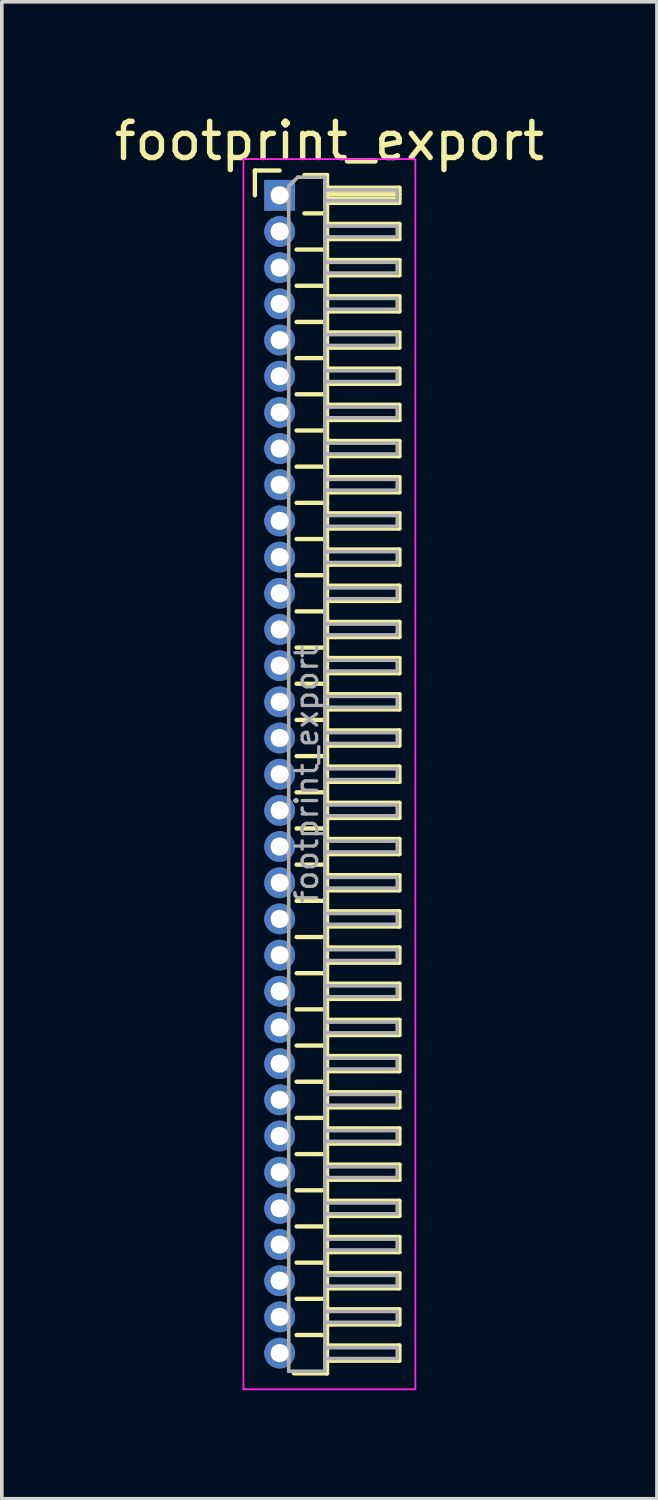
<source format=kicad_pcb>
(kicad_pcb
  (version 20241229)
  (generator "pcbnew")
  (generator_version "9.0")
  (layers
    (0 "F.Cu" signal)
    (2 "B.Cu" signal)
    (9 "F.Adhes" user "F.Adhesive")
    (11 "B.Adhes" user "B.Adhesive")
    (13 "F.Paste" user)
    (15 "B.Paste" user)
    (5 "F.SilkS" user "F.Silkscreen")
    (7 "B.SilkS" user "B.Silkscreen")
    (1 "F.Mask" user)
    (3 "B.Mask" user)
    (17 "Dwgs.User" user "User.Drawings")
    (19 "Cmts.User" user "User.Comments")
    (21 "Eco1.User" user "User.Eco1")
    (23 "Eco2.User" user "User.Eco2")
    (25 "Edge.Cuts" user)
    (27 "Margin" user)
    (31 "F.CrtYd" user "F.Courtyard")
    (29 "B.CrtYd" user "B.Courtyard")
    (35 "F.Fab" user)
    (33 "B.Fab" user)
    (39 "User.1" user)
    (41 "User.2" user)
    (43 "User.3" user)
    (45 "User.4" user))
  (footprint "footprint_export"
    (layer "F.Cu")
    (at 4.679 2.348)
    (property "Reference" "footprint_export" (at 1.375 -1.5 0) (layer "F.SilkS") (effects (font (size 1 1) (thickness 0.15))))
    (attr through_hole)
    (fp_line (start -0.685 -0.685) (end 0 -0.685) (stroke (width 0.12) (type solid)) (layer "F.SilkS"))
    (fp_line (start -0.685 0) (end -0.685 -0.685) (stroke (width 0.12) (type solid)) (layer "F.SilkS"))
    (fp_line (start 0.468 1.5) (end 1.31 1.5) (stroke (width 0.12) (type solid)) (layer "F.SilkS"))
    (fp_line (start 0.468 2.5) (end 1.31 2.5) (stroke (width 0.12) (type solid)) (layer "F.SilkS"))
    (fp_line (start 0.468 3.5) (end 1.31 3.5) (stroke (width 0.12) (type solid)) (layer "F.SilkS"))
    (fp_line (start 0.468 4.5) (end 1.31 4.5) (stroke (width 0.12) (type solid)) (layer "F.SilkS"))
    (fp_line (start 0.468 5.5) (end 1.31 5.5) (stroke (width 0.12) (type solid)) (layer "F.SilkS"))
    (fp_line (start 0.468 6.5) (end 1.31 6.5) (stroke (width 0.12) (type solid)) (layer "F.SilkS"))
    (fp_line (start 0.468 7.5) (end 1.31 7.5) (stroke (width 0.12) (type solid)) (layer "F.SilkS"))
    (fp_line (start 0.468 8.5) (end 1.31 8.5) (stroke (width 0.12) (type solid)) (layer "F.SilkS"))
    (fp_line (start 0.468 9.5) (end 1.31 9.5) (stroke (width 0.12) (type solid)) (layer "F.SilkS"))
    (fp_line (start 0.468 10.5) (end 1.31 10.5) (stroke (width 0.12) (type solid)) (layer "F.SilkS"))
    (fp_line (start 0.468 11.5) (end 1.31 11.5) (stroke (width 0.12) (type solid)) (layer "F.SilkS"))
    (fp_line (start 0.468 12.5) (end 1.31 12.5) (stroke (width 0.12) (type solid)) (layer "F.SilkS"))
    (fp_line (start 0.468 13.5) (end 1.31 13.5) (stroke (width 0.12) (type solid)) (layer "F.SilkS"))
    (fp_line (start 0.468 14.5) (end 1.31 14.5) (stroke (width 0.12) (type solid)) (layer "F.SilkS"))
    (fp_line (start 0.468 15.5) (end 1.31 15.5) (stroke (width 0.12) (type solid)) (layer "F.SilkS"))
    (fp_line (start 0.468 16.5) (end 1.31 16.5) (stroke (width 0.12) (type solid)) (layer "F.SilkS"))
    (fp_line (start 0.468 17.5) (end 1.31 17.5) (stroke (width 0.12) (type solid)) (layer "F.SilkS"))
    (fp_line (start 0.468 18.5) (end 1.31 18.5) (stroke (width 0.12) (type solid)) (layer "F.SilkS"))
    (fp_line (start 0.468 19.5) (end 1.31 19.5) (stroke (width 0.12) (type solid)) (layer "F.SilkS"))
    (fp_line (start 0.468 20.5) (end 1.31 20.5) (stroke (width 0.12) (type solid)) (layer "F.SilkS"))
    (fp_line (start 0.468 21.5) (end 1.31 21.5) (stroke (width 0.12) (type solid)) (layer "F.SilkS"))
    (fp_line (start 0.468 22.5) (end 1.31 22.5) (stroke (width 0.12) (type solid)) (layer "F.SilkS"))
    (fp_line (start 0.468 23.5) (end 1.31 23.5) (stroke (width 0.12) (type solid)) (layer "F.SilkS"))
    (fp_line (start 0.468 24.5) (end 1.31 24.5) (stroke (width 0.12) (type solid)) (layer "F.SilkS"))
    (fp_line (start 0.468 25.5) (end 1.31 25.5) (stroke (width 0.12) (type solid)) (layer "F.SilkS"))
    (fp_line (start 0.468 26.5) (end 1.31 26.5) (stroke (width 0.12) (type solid)) (layer "F.SilkS"))
    (fp_line (start 0.468 27.5) (end 1.31 27.5) (stroke (width 0.12) (type solid)) (layer "F.SilkS"))
    (fp_line (start 0.468 28.5) (end 1.31 28.5) (stroke (width 0.12) (type solid)) (layer "F.SilkS"))
    (fp_line (start 0.468 29.5) (end 1.31 29.5) (stroke (width 0.12) (type solid)) (layer "F.SilkS"))
    (fp_line (start 0.468 30.5) (end 1.31 30.5) (stroke (width 0.12) (type solid)) (layer "F.SilkS"))
    (fp_line (start 0.468 31.5) (end 1.31 31.5) (stroke (width 0.12) (type solid)) (layer "F.SilkS"))
    (fp_line (start 0.685 -0.56) (end 1.31 -0.56) (stroke (width 0.12) (type solid)) (layer "F.SilkS"))
    (fp_line (start 0.685 0.5) (end 1.31 0.5) (stroke (width 0.12) (type solid)) (layer "F.SilkS"))
    (fp_line (start 1.31 -0.56) (end 1.31 32.56) (stroke (width 0.12) (type solid)) (layer "F.SilkS"))
    (fp_line (start 1.31 -0.21) (end 3.31 -0.21) (stroke (width 0.12) (type solid)) (layer "F.SilkS"))
    (fp_line (start 1.31 -0.15) (end 3.31 -0.15) (stroke (width 0.12) (type solid)) (layer "F.SilkS"))
    (fp_line (start 1.31 -0.03) (end 3.31 -0.03) (stroke (width 0.12) (type solid)) (layer "F.SilkS"))
    (fp_line (start 1.31 0.09) (end 3.31 0.09) (stroke (width 0.12) (type solid)) (layer "F.SilkS"))
    (fp_line (start 1.31 0.79) (end 3.31 0.79) (stroke (width 0.12) (type solid)) (layer "F.SilkS"))
    (fp_line (start 1.31 1.79) (end 3.31 1.79) (stroke (width 0.12) (type solid)) (layer "F.SilkS"))
    (fp_line (start 1.31 2.79) (end 3.31 2.79) (stroke (width 0.12) (type solid)) (layer "F.SilkS"))
    (fp_line (start 1.31 3.79) (end 3.31 3.79) (stroke (width 0.12) (type solid)) (layer "F.SilkS"))
    (fp_line (start 1.31 4.79) (end 3.31 4.79) (stroke (width 0.12) (type solid)) (layer "F.SilkS"))
    (fp_line (start 1.31 5.79) (end 3.31 5.79) (stroke (width 0.12) (type solid)) (layer "F.SilkS"))
    (fp_line (start 1.31 6.79) (end 3.31 6.79) (stroke (width 0.12) (type solid)) (layer "F.SilkS"))
    (fp_line (start 1.31 7.79) (end 3.31 7.79) (stroke (width 0.12) (type solid)) (layer "F.SilkS"))
    (fp_line (start 1.31 8.79) (end 3.31 8.79) (stroke (width 0.12) (type solid)) (layer "F.SilkS"))
    (fp_line (start 1.31 9.79) (end 3.31 9.79) (stroke (width 0.12) (type solid)) (layer "F.SilkS"))
    (fp_line (start 1.31 10.79) (end 3.31 10.79) (stroke (width 0.12) (type solid)) (layer "F.SilkS"))
    (fp_line (start 1.31 11.79) (end 3.31 11.79) (stroke (width 0.12) (type solid)) (layer "F.SilkS"))
    (fp_line (start 1.31 12.79) (end 3.31 12.79) (stroke (width 0.12) (type solid)) (layer "F.SilkS"))
    (fp_line (start 1.31 13.79) (end 3.31 13.79) (stroke (width 0.12) (type solid)) (layer "F.SilkS"))
    (fp_line (start 1.31 14.79) (end 3.31 14.79) (stroke (width 0.12) (type solid)) (layer "F.SilkS"))
    (fp_line (start 1.31 15.79) (end 3.31 15.79) (stroke (width 0.12) (type solid)) (layer "F.SilkS"))
    (fp_line (start 1.31 16.79) (end 3.31 16.79) (stroke (width 0.12) (type solid)) (layer "F.SilkS"))
    (fp_line (start 1.31 17.79) (end 3.31 17.79) (stroke (width 0.12) (type solid)) (layer "F.SilkS"))
    (fp_line (start 1.31 18.79) (end 3.31 18.79) (stroke (width 0.12) (type solid)) (layer "F.SilkS"))
    (fp_line (start 1.31 19.79) (end 3.31 19.79) (stroke (width 0.12) (type solid)) (layer "F.SilkS"))
    (fp_line (start 1.31 20.79) (end 3.31 20.79) (stroke (width 0.12) (type solid)) (layer "F.SilkS"))
    (fp_line (start 1.31 21.79) (end 3.31 21.79) (stroke (width 0.12) (type solid)) (layer "F.SilkS"))
    (fp_line (start 1.31 22.79) (end 3.31 22.79) (stroke (width 0.12) (type solid)) (layer "F.SilkS"))
    (fp_line (start 1.31 23.79) (end 3.31 23.79) (stroke (width 0.12) (type solid)) (layer "F.SilkS"))
    (fp_line (start 1.31 24.79) (end 3.31 24.79) (stroke (width 0.12) (type solid)) (layer "F.SilkS"))
    (fp_line (start 1.31 25.79) (end 3.31 25.79) (stroke (width 0.12) (type solid)) (layer "F.SilkS"))
    (fp_line (start 1.31 26.79) (end 3.31 26.79) (stroke (width 0.12) (type solid)) (layer "F.SilkS"))
    (fp_line (start 1.31 27.79) (end 3.31 27.79) (stroke (width 0.12) (type solid)) (layer "F.SilkS"))
    (fp_line (start 1.31 28.79) (end 3.31 28.79) (stroke (width 0.12) (type solid)) (layer "F.SilkS"))
    (fp_line (start 1.31 29.79) (end 3.31 29.79) (stroke (width 0.12) (type solid)) (layer "F.SilkS"))
    (fp_line (start 1.31 30.79) (end 3.31 30.79) (stroke (width 0.12) (type solid)) (layer "F.SilkS"))
    (fp_line (start 1.31 31.79) (end 3.31 31.79) (stroke (width 0.12) (type solid)) (layer "F.SilkS"))
    (fp_line (start 1.31 32.56) (end 0.394 32.56) (stroke (width 0.12) (type solid)) (layer "F.SilkS"))
    (fp_line (start 3.31 -0.21) (end 3.31 0.21) (stroke (width 0.12) (type solid)) (layer "F.SilkS"))
    (fp_line (start 3.31 0.21) (end 1.31 0.21) (stroke (width 0.12) (type solid)) (layer "F.SilkS"))
    (fp_line (start 3.31 0.79) (end 3.31 1.21) (stroke (width 0.12) (type solid)) (layer "F.SilkS"))
    (fp_line (start 3.31 1.21) (end 1.31 1.21) (stroke (width 0.12) (type solid)) (layer "F.SilkS"))
    (fp_line (start 3.31 1.79) (end 3.31 2.21) (stroke (width 0.12) (type solid)) (layer "F.SilkS"))
    (fp_line (start 3.31 2.21) (end 1.31 2.21) (stroke (width 0.12) (type solid)) (layer "F.SilkS"))
    (fp_line (start 3.31 2.79) (end 3.31 3.21) (stroke (width 0.12) (type solid)) (layer "F.SilkS"))
    (fp_line (start 3.31 3.21) (end 1.31 3.21) (stroke (width 0.12) (type solid)) (layer "F.SilkS"))
    (fp_line (start 3.31 3.79) (end 3.31 4.21) (stroke (width 0.12) (type solid)) (layer "F.SilkS"))
    (fp_line (start 3.31 4.21) (end 1.31 4.21) (stroke (width 0.12) (type solid)) (layer "F.SilkS"))
    (fp_line (start 3.31 4.79) (end 3.31 5.21) (stroke (width 0.12) (type solid)) (layer "F.SilkS"))
    (fp_line (start 3.31 5.21) (end 1.31 5.21) (stroke (width 0.12) (type solid)) (layer "F.SilkS"))
    (fp_line (start 3.31 5.79) (end 3.31 6.21) (stroke (width 0.12) (type solid)) (layer "F.SilkS"))
    (fp_line (start 3.31 6.21) (end 1.31 6.21) (stroke (width 0.12) (type solid)) (layer "F.SilkS"))
    (fp_line (start 3.31 6.79) (end 3.31 7.21) (stroke (width 0.12) (type solid)) (layer "F.SilkS"))
    (fp_line (start 3.31 7.21) (end 1.31 7.21) (stroke (width 0.12) (type solid)) (layer "F.SilkS"))
    (fp_line (start 3.31 7.79) (end 3.31 8.21) (stroke (width 0.12) (type solid)) (layer "F.SilkS"))
    (fp_line (start 3.31 8.21) (end 1.31 8.21) (stroke (width 0.12) (type solid)) (layer "F.SilkS"))
    (fp_line (start 3.31 8.79) (end 3.31 9.21) (stroke (width 0.12) (type solid)) (layer "F.SilkS"))
    (fp_line (start 3.31 9.21) (end 1.31 9.21) (stroke (width 0.12) (type solid)) (layer "F.SilkS"))
    (fp_line (start 3.31 9.79) (end 3.31 10.21) (stroke (width 0.12) (type solid)) (layer "F.SilkS"))
    (fp_line (start 3.31 10.21) (end 1.31 10.21) (stroke (width 0.12) (type solid)) (layer "F.SilkS"))
    (fp_line (start 3.31 10.79) (end 3.31 11.21) (stroke (width 0.12) (type solid)) (layer "F.SilkS"))
    (fp_line (start 3.31 11.21) (end 1.31 11.21) (stroke (width 0.12) (type solid)) (layer "F.SilkS"))
    (fp_line (start 3.31 11.79) (end 3.31 12.21) (stroke (width 0.12) (type solid)) (layer "F.SilkS"))
    (fp_line (start 3.31 12.21) (end 1.31 12.21) (stroke (width 0.12) (type solid)) (layer "F.SilkS"))
    (fp_line (start 3.31 12.79) (end 3.31 13.21) (stroke (width 0.12) (type solid)) (layer "F.SilkS"))
    (fp_line (start 3.31 13.21) (end 1.31 13.21) (stroke (width 0.12) (type solid)) (layer "F.SilkS"))
    (fp_line (start 3.31 13.79) (end 3.31 14.21) (stroke (width 0.12) (type solid)) (layer "F.SilkS"))
    (fp_line (start 3.31 14.21) (end 1.31 14.21) (stroke (width 0.12) (type solid)) (layer "F.SilkS"))
    (fp_line (start 3.31 14.79) (end 3.31 15.21) (stroke (width 0.12) (type solid)) (layer "F.SilkS"))
    (fp_line (start 3.31 15.21) (end 1.31 15.21) (stroke (width 0.12) (type solid)) (layer "F.SilkS"))
    (fp_line (start 3.31 15.79) (end 3.31 16.21) (stroke (width 0.12) (type solid)) (layer "F.SilkS"))
    (fp_line (start 3.31 16.21) (end 1.31 16.21) (stroke (width 0.12) (type solid)) (layer "F.SilkS"))
    (fp_line (start 3.31 16.79) (end 3.31 17.21) (stroke (width 0.12) (type solid)) (layer "F.SilkS"))
    (fp_line (start 3.31 17.21) (end 1.31 17.21) (stroke (width 0.12) (type solid)) (layer "F.SilkS"))
    (fp_line (start 3.31 17.79) (end 3.31 18.21) (stroke (width 0.12) (type solid)) (layer "F.SilkS"))
    (fp_line (start 3.31 18.21) (end 1.31 18.21) (stroke (width 0.12) (type solid)) (layer "F.SilkS"))
    (fp_line (start 3.31 18.79) (end 3.31 19.21) (stroke (width 0.12) (type solid)) (layer "F.SilkS"))
    (fp_line (start 3.31 19.21) (end 1.31 19.21) (stroke (width 0.12) (type solid)) (layer "F.SilkS"))
    (fp_line (start 3.31 19.79) (end 3.31 20.21) (stroke (width 0.12) (type solid)) (layer "F.SilkS"))
    (fp_line (start 3.31 20.21) (end 1.31 20.21) (stroke (width 0.12) (type solid)) (layer "F.SilkS"))
    (fp_line (start 3.31 20.79) (end 3.31 21.21) (stroke (width 0.12) (type solid)) (layer "F.SilkS"))
    (fp_line (start 3.31 21.21) (end 1.31 21.21) (stroke (width 0.12) (type solid)) (layer "F.SilkS"))
    (fp_line (start 3.31 21.79) (end 3.31 22.21) (stroke (width 0.12) (type solid)) (layer "F.SilkS"))
    (fp_line (start 3.31 22.21) (end 1.31 22.21) (stroke (width 0.12) (type solid)) (layer "F.SilkS"))
    (fp_line (start 3.31 22.79) (end 3.31 23.21) (stroke (width 0.12) (type solid)) (layer "F.SilkS"))
    (fp_line (start 3.31 23.21) (end 1.31 23.21) (stroke (width 0.12) (type solid)) (layer "F.SilkS"))
    (fp_line (start 3.31 23.79) (end 3.31 24.21) (stroke (width 0.12) (type solid)) (layer "F.SilkS"))
    (fp_line (start 3.31 24.21) (end 1.31 24.21) (stroke (width 0.12) (type solid)) (layer "F.SilkS"))
    (fp_line (start 3.31 24.79) (end 3.31 25.21) (stroke (width 0.12) (type solid)) (layer "F.SilkS"))
    (fp_line (start 3.31 25.21) (end 1.31 25.21) (stroke (width 0.12) (type solid)) (layer "F.SilkS"))
    (fp_line (start 3.31 25.79) (end 3.31 26.21) (stroke (width 0.12) (type solid)) (layer "F.SilkS"))
    (fp_line (start 3.31 26.21) (end 1.31 26.21) (stroke (width 0.12) (type solid)) (layer "F.SilkS"))
    (fp_line (start 3.31 26.79) (end 3.31 27.21) (stroke (width 0.12) (type solid)) (layer "F.SilkS"))
    (fp_line (start 3.31 27.21) (end 1.31 27.21) (stroke (width 0.12) (type solid)) (layer "F.SilkS"))
    (fp_line (start 3.31 27.79) (end 3.31 28.21) (stroke (width 0.12) (type solid)) (layer "F.SilkS"))
    (fp_line (start 3.31 28.21) (end 1.31 28.21) (stroke (width 0.12) (type solid)) (layer "F.SilkS"))
    (fp_line (start 3.31 28.79) (end 3.31 29.21) (stroke (width 0.12) (type solid)) (layer "F.SilkS"))
    (fp_line (start 3.31 29.21) (end 1.31 29.21) (stroke (width 0.12) (type solid)) (layer "F.SilkS"))
    (fp_line (start 3.31 29.79) (end 3.31 30.21) (stroke (width 0.12) (type solid)) (layer "F.SilkS"))
    (fp_line (start 3.31 30.21) (end 1.31 30.21) (stroke (width 0.12) (type solid)) (layer "F.SilkS"))
    (fp_line (start 3.31 30.79) (end 3.31 31.21) (stroke (width 0.12) (type solid)) (layer "F.SilkS"))
    (fp_line (start 3.31 31.21) (end 1.31 31.21) (stroke (width 0.12) (type solid)) (layer "F.SilkS"))
    (fp_line (start 3.31 31.79) (end 3.31 32.21) (stroke (width 0.12) (type solid)) (layer "F.SilkS"))
    (fp_line (start 3.31 32.21) (end 1.31 32.21) (stroke (width 0.12) (type solid)) (layer "F.SilkS"))
    (fp_line (start -1 -1) (end -1 33) (stroke (width 0.05) (type solid)) (layer "F.CrtYd"))
    (fp_line (start -1 33) (end 3.75 33) (stroke (width 0.05) (type solid)) (layer "F.CrtYd"))
    (fp_line (start 3.75 -1) (end -1 -1) (stroke (width 0.05) (type solid)) (layer "F.CrtYd"))
    (fp_line (start 3.75 33) (end 3.75 -1) (stroke (width 0.05) (type solid)) (layer "F.CrtYd"))
    (fp_line (start -0.15 -0.15) (end -0.15 0.15) (stroke (width 0.1) (type solid)) (layer "F.Fab"))
    (fp_line (start -0.15 -0.15) (end 0.25 -0.15) (stroke (width 0.1) (type solid)) (layer "F.Fab"))
    (fp_line (start -0.15 0.15) (end 0.25 0.15) (stroke (width 0.1) (type solid)) (layer "F.Fab"))
    (fp_line (start -0.15 0.85) (end -0.15 1.15) (stroke (width 0.1) (type solid)) (layer "F.Fab"))
    (fp_line (start -0.15 0.85) (end 0.25 0.85) (stroke (width 0.1) (type solid)) (layer "F.Fab"))
    (fp_line (start -0.15 1.15) (end 0.25 1.15) (stroke (width 0.1) (type solid)) (layer "F.Fab"))
    (fp_line (start -0.15 1.85) (end -0.15 2.15) (stroke (width 0.1) (type solid)) (layer "F.Fab"))
    (fp_line (start -0.15 1.85) (end 0.25 1.85) (stroke (width 0.1) (type solid)) (layer "F.Fab"))
    (fp_line (start -0.15 2.15) (end 0.25 2.15) (stroke (width 0.1) (type solid)) (layer "F.Fab"))
    (fp_line (start -0.15 2.85) (end -0.15 3.15) (stroke (width 0.1) (type solid)) (layer "F.Fab"))
    (fp_line (start -0.15 2.85) (end 0.25 2.85) (stroke (width 0.1) (type solid)) (layer "F.Fab"))
    (fp_line (start -0.15 3.15) (end 0.25 3.15) (stroke (width 0.1) (type solid)) (layer "F.Fab"))
    (fp_line (start -0.15 3.85) (end -0.15 4.15) (stroke (width 0.1) (type solid)) (layer "F.Fab"))
    (fp_line (start -0.15 3.85) (end 0.25 3.85) (stroke (width 0.1) (type solid)) (layer "F.Fab"))
    (fp_line (start -0.15 4.15) (end 0.25 4.15) (stroke (width 0.1) (type solid)) (layer "F.Fab"))
    (fp_line (start -0.15 4.85) (end -0.15 5.15) (stroke (width 0.1) (type solid)) (layer "F.Fab"))
    (fp_line (start -0.15 4.85) (end 0.25 4.85) (stroke (width 0.1) (type solid)) (layer "F.Fab"))
    (fp_line (start -0.15 5.15) (end 0.25 5.15) (stroke (width 0.1) (type solid)) (layer "F.Fab"))
    (fp_line (start -0.15 5.85) (end -0.15 6.15) (stroke (width 0.1) (type solid)) (layer "F.Fab"))
    (fp_line (start -0.15 5.85) (end 0.25 5.85) (stroke (width 0.1) (type solid)) (layer "F.Fab"))
    (fp_line (start -0.15 6.15) (end 0.25 6.15) (stroke (width 0.1) (type solid)) (layer "F.Fab"))
    (fp_line (start -0.15 6.85) (end -0.15 7.15) (stroke (width 0.1) (type solid)) (layer "F.Fab"))
    (fp_line (start -0.15 6.85) (end 0.25 6.85) (stroke (width 0.1) (type solid)) (layer "F.Fab"))
    (fp_line (start -0.15 7.15) (end 0.25 7.15) (stroke (width 0.1) (type solid)) (layer "F.Fab"))
    (fp_line (start -0.15 7.85) (end -0.15 8.15) (stroke (width 0.1) (type solid)) (layer "F.Fab"))
    (fp_line (start -0.15 7.85) (end 0.25 7.85) (stroke (width 0.1) (type solid)) (layer "F.Fab"))
    (fp_line (start -0.15 8.15) (end 0.25 8.15) (stroke (width 0.1) (type solid)) (layer "F.Fab"))
    (fp_line (start -0.15 8.85) (end -0.15 9.15) (stroke (width 0.1) (type solid)) (layer "F.Fab"))
    (fp_line (start -0.15 8.85) (end 0.25 8.85) (stroke (width 0.1) (type solid)) (layer "F.Fab"))
    (fp_line (start -0.15 9.15) (end 0.25 9.15) (stroke (width 0.1) (type solid)) (layer "F.Fab"))
    (fp_line (start -0.15 9.85) (end -0.15 10.15) (stroke (width 0.1) (type solid)) (layer "F.Fab"))
    (fp_line (start -0.15 9.85) (end 0.25 9.85) (stroke (width 0.1) (type solid)) (layer "F.Fab"))
    (fp_line (start -0.15 10.15) (end 0.25 10.15) (stroke (width 0.1) (type solid)) (layer "F.Fab"))
    (fp_line (start -0.15 10.85) (end -0.15 11.15) (stroke (width 0.1) (type solid)) (layer "F.Fab"))
    (fp_line (start -0.15 10.85) (end 0.25 10.85) (stroke (width 0.1) (type solid)) (layer "F.Fab"))
    (fp_line (start -0.15 11.15) (end 0.25 11.15) (stroke (width 0.1) (type solid)) (layer "F.Fab"))
    (fp_line (start -0.15 11.85) (end -0.15 12.15) (stroke (width 0.1) (type solid)) (layer "F.Fab"))
    (fp_line (start -0.15 11.85) (end 0.25 11.85) (stroke (width 0.1) (type solid)) (layer "F.Fab"))
    (fp_line (start -0.15 12.15) (end 0.25 12.15) (stroke (width 0.1) (type solid)) (layer "F.Fab"))
    (fp_line (start -0.15 12.85) (end -0.15 13.15) (stroke (width 0.1) (type solid)) (layer "F.Fab"))
    (fp_line (start -0.15 12.85) (end 0.25 12.85) (stroke (width 0.1) (type solid)) (layer "F.Fab"))
    (fp_line (start -0.15 13.15) (end 0.25 13.15) (stroke (width 0.1) (type solid)) (layer "F.Fab"))
    (fp_line (start -0.15 13.85) (end -0.15 14.15) (stroke (width 0.1) (type solid)) (layer "F.Fab"))
    (fp_line (start -0.15 13.85) (end 0.25 13.85) (stroke (width 0.1) (type solid)) (layer "F.Fab"))
    (fp_line (start -0.15 14.15) (end 0.25 14.15) (stroke (width 0.1) (type solid)) (layer "F.Fab"))
    (fp_line (start -0.15 14.85) (end -0.15 15.15) (stroke (width 0.1) (type solid)) (layer "F.Fab"))
    (fp_line (start -0.15 14.85) (end 0.25 14.85) (stroke (width 0.1) (type solid)) (layer "F.Fab"))
    (fp_line (start -0.15 15.15) (end 0.25 15.15) (stroke (width 0.1) (type solid)) (layer "F.Fab"))
    (fp_line (start -0.15 15.85) (end -0.15 16.15) (stroke (width 0.1) (type solid)) (layer "F.Fab"))
    (fp_line (start -0.15 15.85) (end 0.25 15.85) (stroke (width 0.1) (type solid)) (layer "F.Fab"))
    (fp_line (start -0.15 16.15) (end 0.25 16.15) (stroke (width 0.1) (type solid)) (layer "F.Fab"))
    (fp_line (start -0.15 16.85) (end -0.15 17.15) (stroke (width 0.1) (type solid)) (layer "F.Fab"))
    (fp_line (start -0.15 16.85) (end 0.25 16.85) (stroke (width 0.1) (type solid)) (layer "F.Fab"))
    (fp_line (start -0.15 17.15) (end 0.25 17.15) (stroke (width 0.1) (type solid)) (layer "F.Fab"))
    (fp_line (start -0.15 17.85) (end -0.15 18.15) (stroke (width 0.1) (type solid)) (layer "F.Fab"))
    (fp_line (start -0.15 17.85) (end 0.25 17.85) (stroke (width 0.1) (type solid)) (layer "F.Fab"))
    (fp_line (start -0.15 18.15) (end 0.25 18.15) (stroke (width 0.1) (type solid)) (layer "F.Fab"))
    (fp_line (start -0.15 18.85) (end -0.15 19.15) (stroke (width 0.1) (type solid)) (layer "F.Fab"))
    (fp_line (start -0.15 18.85) (end 0.25 18.85) (stroke (width 0.1) (type solid)) (layer "F.Fab"))
    (fp_line (start -0.15 19.15) (end 0.25 19.15) (stroke (width 0.1) (type solid)) (layer "F.Fab"))
    (fp_line (start -0.15 19.85) (end -0.15 20.15) (stroke (width 0.1) (type solid)) (layer "F.Fab"))
    (fp_line (start -0.15 19.85) (end 0.25 19.85) (stroke (width 0.1) (type solid)) (layer "F.Fab"))
    (fp_line (start -0.15 20.15) (end 0.25 20.15) (stroke (width 0.1) (type solid)) (layer "F.Fab"))
    (fp_line (start -0.15 20.85) (end -0.15 21.15) (stroke (width 0.1) (type solid)) (layer "F.Fab"))
    (fp_line (start -0.15 20.85) (end 0.25 20.85) (stroke (width 0.1) (type solid)) (layer "F.Fab"))
    (fp_line (start -0.15 21.15) (end 0.25 21.15) (stroke (width 0.1) (type solid)) (layer "F.Fab"))
    (fp_line (start -0.15 21.85) (end -0.15 22.15) (stroke (width 0.1) (type solid)) (layer "F.Fab"))
    (fp_line (start -0.15 21.85) (end 0.25 21.85) (stroke (width 0.1) (type solid)) (layer "F.Fab"))
    (fp_line (start -0.15 22.15) (end 0.25 22.15) (stroke (width 0.1) (type solid)) (layer "F.Fab"))
    (fp_line (start -0.15 22.85) (end -0.15 23.15) (stroke (width 0.1) (type solid)) (layer "F.Fab"))
    (fp_line (start -0.15 22.85) (end 0.25 22.85) (stroke (width 0.1) (type solid)) (layer "F.Fab"))
    (fp_line (start -0.15 23.15) (end 0.25 23.15) (stroke (width 0.1) (type solid)) (layer "F.Fab"))
    (fp_line (start -0.15 23.85) (end -0.15 24.15) (stroke (width 0.1) (type solid)) (layer "F.Fab"))
    (fp_line (start -0.15 23.85) (end 0.25 23.85) (stroke (width 0.1) (type solid)) (layer "F.Fab"))
    (fp_line (start -0.15 24.15) (end 0.25 24.15) (stroke (width 0.1) (type solid)) (layer "F.Fab"))
    (fp_line (start -0.15 24.85) (end -0.15 25.15) (stroke (width 0.1) (type solid)) (layer "F.Fab"))
    (fp_line (start -0.15 24.85) (end 0.25 24.85) (stroke (width 0.1) (type solid)) (layer "F.Fab"))
    (fp_line (start -0.15 25.15) (end 0.25 25.15) (stroke (width 0.1) (type solid)) (layer "F.Fab"))
    (fp_line (start -0.15 25.85) (end -0.15 26.15) (stroke (width 0.1) (type solid)) (layer "F.Fab"))
    (fp_line (start -0.15 25.85) (end 0.25 25.85) (stroke (width 0.1) (type solid)) (layer "F.Fab"))
    (fp_line (start -0.15 26.15) (end 0.25 26.15) (stroke (width 0.1) (type solid)) (layer "F.Fab"))
    (fp_line (start -0.15 26.85) (end -0.15 27.15) (stroke (width 0.1) (type solid)) (layer "F.Fab"))
    (fp_line (start -0.15 26.85) (end 0.25 26.85) (stroke (width 0.1) (type solid)) (layer "F.Fab"))
    (fp_line (start -0.15 27.15) (end 0.25 27.15) (stroke (width 0.1) (type solid)) (layer "F.Fab"))
    (fp_line (start -0.15 27.85) (end -0.15 28.15) (stroke (width 0.1) (type solid)) (layer "F.Fab"))
    (fp_line (start -0.15 27.85) (end 0.25 27.85) (stroke (width 0.1) (type solid)) (layer "F.Fab"))
    (fp_line (start -0.15 28.15) (end 0.25 28.15) (stroke (width 0.1) (type solid)) (layer "F.Fab"))
    (fp_line (start -0.15 28.85) (end -0.15 29.15) (stroke (width 0.1) (type solid)) (layer "F.Fab"))
    (fp_line (start -0.15 28.85) (end 0.25 28.85) (stroke (width 0.1) (type solid)) (layer "F.Fab"))
    (fp_line (start -0.15 29.15) (end 0.25 29.15) (stroke (width 0.1) (type solid)) (layer "F.Fab"))
    (fp_line (start -0.15 29.85) (end -0.15 30.15) (stroke (width 0.1) (type solid)) (layer "F.Fab"))
    (fp_line (start -0.15 29.85) (end 0.25 29.85) (stroke (width 0.1) (type solid)) (layer "F.Fab"))
    (fp_line (start -0.15 30.15) (end 0.25 30.15) (stroke (width 0.1) (type solid)) (layer "F.Fab"))
    (fp_line (start -0.15 30.85) (end -0.15 31.15) (stroke (width 0.1) (type solid)) (layer "F.Fab"))
    (fp_line (start -0.15 30.85) (end 0.25 30.85) (stroke (width 0.1) (type solid)) (layer "F.Fab"))
    (fp_line (start -0.15 31.15) (end 0.25 31.15) (stroke (width 0.1) (type solid)) (layer "F.Fab"))
    (fp_line (start -0.15 31.85) (end -0.15 32.15) (stroke (width 0.1) (type solid)) (layer "F.Fab"))
    (fp_line (start -0.15 31.85) (end 0.25 31.85) (stroke (width 0.1) (type solid)) (layer "F.Fab"))
    (fp_line (start -0.15 32.15) (end 0.25 32.15) (stroke (width 0.1) (type solid)) (layer "F.Fab"))
    (fp_line (start 0.25 -0.25) (end 0.5 -0.5) (stroke (width 0.1) (type solid)) (layer "F.Fab"))
    (fp_line (start 0.25 32.5) (end 0.25 -0.25) (stroke (width 0.1) (type solid)) (layer "F.Fab"))
    (fp_line (start 0.5 -0.5) (end 1.25 -0.5) (stroke (width 0.1) (type solid)) (layer "F.Fab"))
    (fp_line (start 1.25 -0.5) (end 1.25 32.5) (stroke (width 0.1) (type solid)) (layer "F.Fab"))
    (fp_line (start 1.25 -0.15) (end 3.25 -0.15) (stroke (width 0.1) (type solid)) (layer "F.Fab"))
    (fp_line (start 1.25 0.15) (end 3.25 0.15) (stroke (width 0.1) (type solid)) (layer "F.Fab"))
    (fp_line (start 1.25 0.85) (end 3.25 0.85) (stroke (width 0.1) (type solid)) (layer "F.Fab"))
    (fp_line (start 1.25 1.15) (end 3.25 1.15) (stroke (width 0.1) (type solid)) (layer "F.Fab"))
    (fp_line (start 1.25 1.85) (end 3.25 1.85) (stroke (width 0.1) (type solid)) (layer "F.Fab"))
    (fp_line (start 1.25 2.15) (end 3.25 2.15) (stroke (width 0.1) (type solid)) (layer "F.Fab"))
    (fp_line (start 1.25 2.85) (end 3.25 2.85) (stroke (width 0.1) (type solid)) (layer "F.Fab"))
    (fp_line (start 1.25 3.15) (end 3.25 3.15) (stroke (width 0.1) (type solid)) (layer "F.Fab"))
    (fp_line (start 1.25 3.85) (end 3.25 3.85) (stroke (width 0.1) (type solid)) (layer "F.Fab"))
    (fp_line (start 1.25 4.15) (end 3.25 4.15) (stroke (width 0.1) (type solid)) (layer "F.Fab"))
    (fp_line (start 1.25 4.85) (end 3.25 4.85) (stroke (width 0.1) (type solid)) (layer "F.Fab"))
    (fp_line (start 1.25 5.15) (end 3.25 5.15) (stroke (width 0.1) (type solid)) (layer "F.Fab"))
    (fp_line (start 1.25 5.85) (end 3.25 5.85) (stroke (width 0.1) (type solid)) (layer "F.Fab"))
    (fp_line (start 1.25 6.15) (end 3.25 6.15) (stroke (width 0.1) (type solid)) (layer "F.Fab"))
    (fp_line (start 1.25 6.85) (end 3.25 6.85) (stroke (width 0.1) (type solid)) (layer "F.Fab"))
    (fp_line (start 1.25 7.15) (end 3.25 7.15) (stroke (width 0.1) (type solid)) (layer "F.Fab"))
    (fp_line (start 1.25 7.85) (end 3.25 7.85) (stroke (width 0.1) (type solid)) (layer "F.Fab"))
    (fp_line (start 1.25 8.15) (end 3.25 8.15) (stroke (width 0.1) (type solid)) (layer "F.Fab"))
    (fp_line (start 1.25 8.85) (end 3.25 8.85) (stroke (width 0.1) (type solid)) (layer "F.Fab"))
    (fp_line (start 1.25 9.15) (end 3.25 9.15) (stroke (width 0.1) (type solid)) (layer "F.Fab"))
    (fp_line (start 1.25 9.85) (end 3.25 9.85) (stroke (width 0.1) (type solid)) (layer "F.Fab"))
    (fp_line (start 1.25 10.15) (end 3.25 10.15) (stroke (width 0.1) (type solid)) (layer "F.Fab"))
    (fp_line (start 1.25 10.85) (end 3.25 10.85) (stroke (width 0.1) (type solid)) (layer "F.Fab"))
    (fp_line (start 1.25 11.15) (end 3.25 11.15) (stroke (width 0.1) (type solid)) (layer "F.Fab"))
    (fp_line (start 1.25 11.85) (end 3.25 11.85) (stroke (width 0.1) (type solid)) (layer "F.Fab"))
    (fp_line (start 1.25 12.15) (end 3.25 12.15) (stroke (width 0.1) (type solid)) (layer "F.Fab"))
    (fp_line (start 1.25 12.85) (end 3.25 12.85) (stroke (width 0.1) (type solid)) (layer "F.Fab"))
    (fp_line (start 1.25 13.15) (end 3.25 13.15) (stroke (width 0.1) (type solid)) (layer "F.Fab"))
    (fp_line (start 1.25 13.85) (end 3.25 13.85) (stroke (width 0.1) (type solid)) (layer "F.Fab"))
    (fp_line (start 1.25 14.15) (end 3.25 14.15) (stroke (width 0.1) (type solid)) (layer "F.Fab"))
    (fp_line (start 1.25 14.85) (end 3.25 14.85) (stroke (width 0.1) (type solid)) (layer "F.Fab"))
    (fp_line (start 1.25 15.15) (end 3.25 15.15) (stroke (width 0.1) (type solid)) (layer "F.Fab"))
    (fp_line (start 1.25 15.85) (end 3.25 15.85) (stroke (width 0.1) (type solid)) (layer "F.Fab"))
    (fp_line (start 1.25 16.15) (end 3.25 16.15) (stroke (width 0.1) (type solid)) (layer "F.Fab"))
    (fp_line (start 1.25 16.85) (end 3.25 16.85) (stroke (width 0.1) (type solid)) (layer "F.Fab"))
    (fp_line (start 1.25 17.15) (end 3.25 17.15) (stroke (width 0.1) (type solid)) (layer "F.Fab"))
    (fp_line (start 1.25 17.85) (end 3.25 17.85) (stroke (width 0.1) (type solid)) (layer "F.Fab"))
    (fp_line (start 1.25 18.15) (end 3.25 18.15) (stroke (width 0.1) (type solid)) (layer "F.Fab"))
    (fp_line (start 1.25 18.85) (end 3.25 18.85) (stroke (width 0.1) (type solid)) (layer "F.Fab"))
    (fp_line (start 1.25 19.15) (end 3.25 19.15) (stroke (width 0.1) (type solid)) (layer "F.Fab"))
    (fp_line (start 1.25 19.85) (end 3.25 19.85) (stroke (width 0.1) (type solid)) (layer "F.Fab"))
    (fp_line (start 1.25 20.15) (end 3.25 20.15) (stroke (width 0.1) (type solid)) (layer "F.Fab"))
    (fp_line (start 1.25 20.85) (end 3.25 20.85) (stroke (width 0.1) (type solid)) (layer "F.Fab"))
    (fp_line (start 1.25 21.15) (end 3.25 21.15) (stroke (width 0.1) (type solid)) (layer "F.Fab"))
    (fp_line (start 1.25 21.85) (end 3.25 21.85) (stroke (width 0.1) (type solid)) (layer "F.Fab"))
    (fp_line (start 1.25 22.15) (end 3.25 22.15) (stroke (width 0.1) (type solid)) (layer "F.Fab"))
    (fp_line (start 1.25 22.85) (end 3.25 22.85) (stroke (width 0.1) (type solid)) (layer "F.Fab"))
    (fp_line (start 1.25 23.15) (end 3.25 23.15) (stroke (width 0.1) (type solid)) (layer "F.Fab"))
    (fp_line (start 1.25 23.85) (end 3.25 23.85) (stroke (width 0.1) (type solid)) (layer "F.Fab"))
    (fp_line (start 1.25 24.15) (end 3.25 24.15) (stroke (width 0.1) (type solid)) (layer "F.Fab"))
    (fp_line (start 1.25 24.85) (end 3.25 24.85) (stroke (width 0.1) (type solid)) (layer "F.Fab"))
    (fp_line (start 1.25 25.15) (end 3.25 25.15) (stroke (width 0.1) (type solid)) (layer "F.Fab"))
    (fp_line (start 1.25 25.85) (end 3.25 25.85) (stroke (width 0.1) (type solid)) (layer "F.Fab"))
    (fp_line (start 1.25 26.15) (end 3.25 26.15) (stroke (width 0.1) (type solid)) (layer "F.Fab"))
    (fp_line (start 1.25 26.85) (end 3.25 26.85) (stroke (width 0.1) (type solid)) (layer "F.Fab"))
    (fp_line (start 1.25 27.15) (end 3.25 27.15) (stroke (width 0.1) (type solid)) (layer "F.Fab"))
    (fp_line (start 1.25 27.85) (end 3.25 27.85) (stroke (width 0.1) (type solid)) (layer "F.Fab"))
    (fp_line (start 1.25 28.15) (end 3.25 28.15) (stroke (width 0.1) (type solid)) (layer "F.Fab"))
    (fp_line (start 1.25 28.85) (end 3.25 28.85) (stroke (width 0.1) (type solid)) (layer "F.Fab"))
    (fp_line (start 1.25 29.15) (end 3.25 29.15) (stroke (width 0.1) (type solid)) (layer "F.Fab"))
    (fp_line (start 1.25 29.85) (end 3.25 29.85) (stroke (width 0.1) (type solid)) (layer "F.Fab"))
    (fp_line (start 1.25 30.15) (end 3.25 30.15) (stroke (width 0.1) (type solid)) (layer "F.Fab"))
    (fp_line (start 1.25 30.85) (end 3.25 30.85) (stroke (width 0.1) (type solid)) (layer "F.Fab"))
    (fp_line (start 1.25 31.15) (end 3.25 31.15) (stroke (width 0.1) (type solid)) (layer "F.Fab"))
    (fp_line (start 1.25 31.85) (end 3.25 31.85) (stroke (width 0.1) (type solid)) (layer "F.Fab"))
    (fp_line (start 1.25 32.15) (end 3.25 32.15) (stroke (width 0.1) (type solid)) (layer "F.Fab"))
    (fp_line (start 1.25 32.5) (end 0.25 32.5) (stroke (width 0.1) (type solid)) (layer "F.Fab"))
    (fp_line (start 3.25 -0.15) (end 3.25 0.15) (stroke (width 0.1) (type solid)) (layer "F.Fab"))
    (fp_line (start 3.25 0.85) (end 3.25 1.15) (stroke (width 0.1) (type solid)) (layer "F.Fab"))
    (fp_line (start 3.25 1.85) (end 3.25 2.15) (stroke (width 0.1) (type solid)) (layer "F.Fab"))
    (fp_line (start 3.25 2.85) (end 3.25 3.15) (stroke (width 0.1) (type solid)) (layer "F.Fab"))
    (fp_line (start 3.25 3.85) (end 3.25 4.15) (stroke (width 0.1) (type solid)) (layer "F.Fab"))
    (fp_line (start 3.25 4.85) (end 3.25 5.15) (stroke (width 0.1) (type solid)) (layer "F.Fab"))
    (fp_line (start 3.25 5.85) (end 3.25 6.15) (stroke (width 0.1) (type solid)) (layer "F.Fab"))
    (fp_line (start 3.25 6.85) (end 3.25 7.15) (stroke (width 0.1) (type solid)) (layer "F.Fab"))
    (fp_line (start 3.25 7.85) (end 3.25 8.15) (stroke (width 0.1) (type solid)) (layer "F.Fab"))
    (fp_line (start 3.25 8.85) (end 3.25 9.15) (stroke (width 0.1) (type solid)) (layer "F.Fab"))
    (fp_line (start 3.25 9.85) (end 3.25 10.15) (stroke (width 0.1) (type solid)) (layer "F.Fab"))
    (fp_line (start 3.25 10.85) (end 3.25 11.15) (stroke (width 0.1) (type solid)) (layer "F.Fab"))
    (fp_line (start 3.25 11.85) (end 3.25 12.15) (stroke (width 0.1) (type solid)) (layer "F.Fab"))
    (fp_line (start 3.25 12.85) (end 3.25 13.15) (stroke (width 0.1) (type solid)) (layer "F.Fab"))
    (fp_line (start 3.25 13.85) (end 3.25 14.15) (stroke (width 0.1) (type solid)) (layer "F.Fab"))
    (fp_line (start 3.25 14.85) (end 3.25 15.15) (stroke (width 0.1) (type solid)) (layer "F.Fab"))
    (fp_line (start 3.25 15.85) (end 3.25 16.15) (stroke (width 0.1) (type solid)) (layer "F.Fab"))
    (fp_line (start 3.25 16.85) (end 3.25 17.15) (stroke (width 0.1) (type solid)) (layer "F.Fab"))
    (fp_line (start 3.25 17.85) (end 3.25 18.15) (stroke (width 0.1) (type solid)) (layer "F.Fab"))
    (fp_line (start 3.25 18.85) (end 3.25 19.15) (stroke (width 0.1) (type solid)) (layer "F.Fab"))
    (fp_line (start 3.25 19.85) (end 3.25 20.15) (stroke (width 0.1) (type solid)) (layer "F.Fab"))
    (fp_line (start 3.25 20.85) (end 3.25 21.15) (stroke (width 0.1) (type solid)) (layer "F.Fab"))
    (fp_line (start 3.25 21.85) (end 3.25 22.15) (stroke (width 0.1) (type solid)) (layer "F.Fab"))
    (fp_line (start 3.25 22.85) (end 3.25 23.15) (stroke (width 0.1) (type solid)) (layer "F.Fab"))
    (fp_line (start 3.25 23.85) (end 3.25 24.15) (stroke (width 0.1) (type solid)) (layer "F.Fab"))
    (fp_line (start 3.25 24.85) (end 3.25 25.15) (stroke (width 0.1) (type solid)) (layer "F.Fab"))
    (fp_line (start 3.25 25.85) (end 3.25 26.15) (stroke (width 0.1) (type solid)) (layer "F.Fab"))
    (fp_line (start 3.25 26.85) (end 3.25 27.15) (stroke (width 0.1) (type solid)) (layer "F.Fab"))
    (fp_line (start 3.25 27.85) (end 3.25 28.15) (stroke (width 0.1) (type solid)) (layer "F.Fab"))
    (fp_line (start 3.25 28.85) (end 3.25 29.15) (stroke (width 0.1) (type solid)) (layer "F.Fab"))
    (fp_line (start 3.25 29.85) (end 3.25 30.15) (stroke (width 0.1) (type solid)) (layer "F.Fab"))
    (fp_line (start 3.25 30.85) (end 3.25 31.15) (stroke (width 0.1) (type solid)) (layer "F.Fab"))
    (fp_line (start 3.25 31.85) (end 3.25 32.15) (stroke (width 0.1) (type solid)) (layer "F.Fab"))
    (fp_text user "${REFERENCE}" (at 0.75 16 90) (layer "F.Fab") (effects (font (size 0.6 0.6) (thickness 0.09))))
    (pad "1" thru_hole rect (at 0 0) (size 0.85 0.85) (drill 0.5) (layers "*.Cu" "*.Mask"))
    (pad "2" thru_hole oval (at 0 1) (size 0.85 0.85) (drill 0.5) (layers "*.Cu" "*.Mask"))
    (pad "3" thru_hole oval (at 0 2) (size 0.85 0.85) (drill 0.5) (layers "*.Cu" "*.Mask"))
    (pad "4" thru_hole oval (at 0 3) (size 0.85 0.85) (drill 0.5) (layers "*.Cu" "*.Mask"))
    (pad "5" thru_hole oval (at 0 4) (size 0.85 0.85) (drill 0.5) (layers "*.Cu" "*.Mask"))
    (pad "6" thru_hole oval (at 0 5) (size 0.85 0.85) (drill 0.5) (layers "*.Cu" "*.Mask"))
    (pad "7" thru_hole oval (at 0 6) (size 0.85 0.85) (drill 0.5) (layers "*.Cu" "*.Mask"))
    (pad "8" thru_hole oval (at 0 7) (size 0.85 0.85) (drill 0.5) (layers "*.Cu" "*.Mask"))
    (pad "9" thru_hole oval (at 0 8) (size 0.85 0.85) (drill 0.5) (layers "*.Cu" "*.Mask"))
    (pad "10" thru_hole oval (at 0 9) (size 0.85 0.85) (drill 0.5) (layers "*.Cu" "*.Mask"))
    (pad "11" thru_hole oval (at 0 10) (size 0.85 0.85) (drill 0.5) (layers "*.Cu" "*.Mask"))
    (pad "12" thru_hole oval (at 0 11) (size 0.85 0.85) (drill 0.5) (layers "*.Cu" "*.Mask"))
    (pad "13" thru_hole oval (at 0 12) (size 0.85 0.85) (drill 0.5) (layers "*.Cu" "*.Mask"))
    (pad "14" thru_hole oval (at 0 13) (size 0.85 0.85) (drill 0.5) (layers "*.Cu" "*.Mask"))
    (pad "15" thru_hole oval (at 0 14) (size 0.85 0.85) (drill 0.5) (layers "*.Cu" "*.Mask"))
    (pad "16" thru_hole oval (at 0 15) (size 0.85 0.85) (drill 0.5) (layers "*.Cu" "*.Mask"))
    (pad "17" thru_hole oval (at 0 16) (size 0.85 0.85) (drill 0.5) (layers "*.Cu" "*.Mask"))
    (pad "18" thru_hole oval (at 0 17) (size 0.85 0.85) (drill 0.5) (layers "*.Cu" "*.Mask"))
    (pad "19" thru_hole oval (at 0 18) (size 0.85 0.85) (drill 0.5) (layers "*.Cu" "*.Mask"))
    (pad "20" thru_hole oval (at 0 19) (size 0.85 0.85) (drill 0.5) (layers "*.Cu" "*.Mask"))
    (pad "21" thru_hole oval (at 0 20) (size 0.85 0.85) (drill 0.5) (layers "*.Cu" "*.Mask"))
    (pad "22" thru_hole oval (at 0 21) (size 0.85 0.85) (drill 0.5) (layers "*.Cu" "*.Mask"))
    (pad "23" thru_hole oval (at 0 22) (size 0.85 0.85) (drill 0.5) (layers "*.Cu" "*.Mask"))
    (pad "24" thru_hole oval (at 0 23) (size 0.85 0.85) (drill 0.5) (layers "*.Cu" "*.Mask"))
    (pad "25" thru_hole oval (at 0 24) (size 0.85 0.85) (drill 0.5) (layers "*.Cu" "*.Mask"))
    (pad "26" thru_hole oval (at 0 25) (size 0.85 0.85) (drill 0.5) (layers "*.Cu" "*.Mask"))
    (pad "27" thru_hole oval (at 0 26) (size 0.85 0.85) (drill 0.5) (layers "*.Cu" "*.Mask"))
    (pad "28" thru_hole oval (at 0 27) (size 0.85 0.85) (drill 0.5) (layers "*.Cu" "*.Mask"))
    (pad "29" thru_hole oval (at 0 28) (size 0.85 0.85) (drill 0.5) (layers "*.Cu" "*.Mask"))
    (pad "30" thru_hole oval (at 0 29) (size 0.85 0.85) (drill 0.5) (layers "*.Cu" "*.Mask"))
    (pad "31" thru_hole oval (at 0 30) (size 0.85 0.85) (drill 0.5) (layers "*.Cu" "*.Mask"))
    (pad "32" thru_hole oval (at 0 31) (size 0.85 0.85) (drill 0.5) (layers "*.Cu" "*.Mask"))
    (pad "33" thru_hole oval (at 0 32) (size 0.85 0.85) (drill 0.5) (layers "*.Cu" "*.Mask")))
  (gr_rect
    (start -3 -3)
    (end 15.107 38.373)
    (stroke (width 0.1) (type default))
    (fill no)
    (layer "Edge.Cuts")))
</source>
